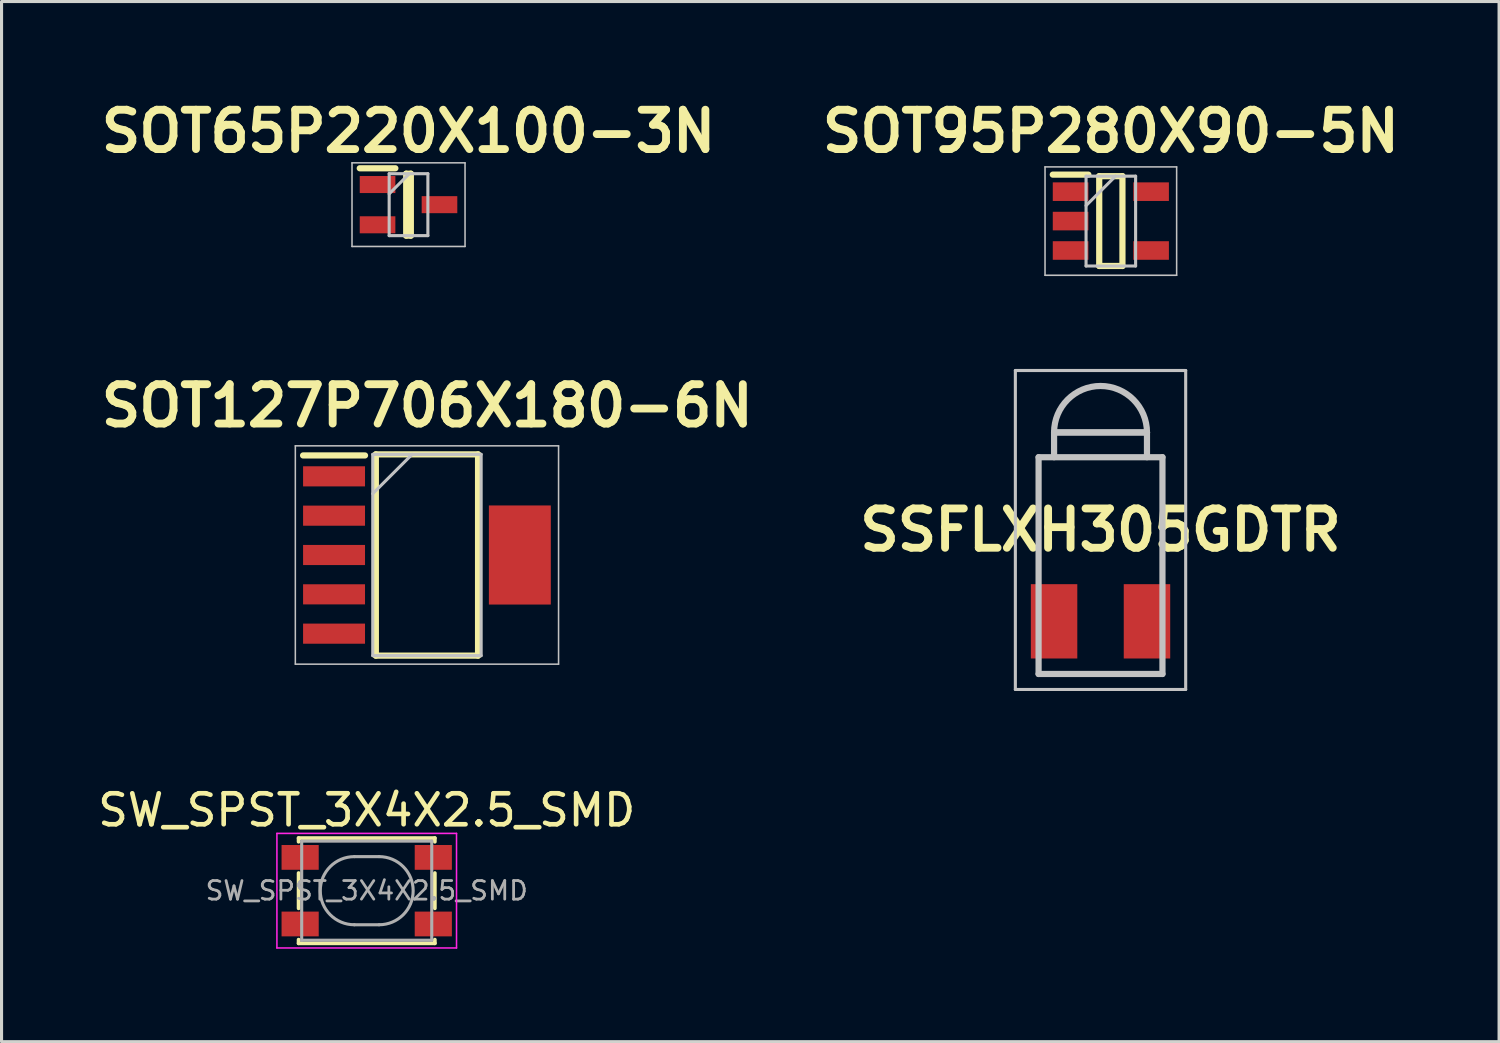
<source format=kicad_pcb>
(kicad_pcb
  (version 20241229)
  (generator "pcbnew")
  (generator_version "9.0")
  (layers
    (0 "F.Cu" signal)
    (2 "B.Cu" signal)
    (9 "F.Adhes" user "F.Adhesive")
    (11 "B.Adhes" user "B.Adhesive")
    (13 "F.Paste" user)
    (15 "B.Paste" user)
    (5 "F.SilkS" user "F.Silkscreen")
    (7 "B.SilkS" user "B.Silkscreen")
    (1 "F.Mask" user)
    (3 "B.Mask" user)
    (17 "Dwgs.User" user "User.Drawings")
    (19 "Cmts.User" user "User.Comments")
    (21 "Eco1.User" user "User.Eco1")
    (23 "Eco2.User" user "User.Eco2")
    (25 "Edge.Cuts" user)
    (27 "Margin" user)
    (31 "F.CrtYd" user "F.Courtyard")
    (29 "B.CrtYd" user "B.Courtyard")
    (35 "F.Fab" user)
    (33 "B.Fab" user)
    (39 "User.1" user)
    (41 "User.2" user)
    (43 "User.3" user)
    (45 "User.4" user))
  (footprint "SOT127P706X180-6N"
    (layer "F.Cu")
    (at 10.737 14.872)
    (property "Reference" "SOT127P706X180-6N" (at 0.01 -4.82 0) (layer "F.SilkS") (effects (font (size 1.27 1.27) (thickness 0.254))))
    (attr smd)
    (fp_line (start -4 -3.215) (end -2 -3.215) (stroke (width 0.2) (type solid)) (layer "F.SilkS"))
    (fp_line (start -1.65 -3.25) (end 1.65 -3.25) (stroke (width 0.2) (type solid)) (layer "F.SilkS"))
    (fp_line (start -1.65 3.25) (end -1.65 -3.25) (stroke (width 0.2) (type solid)) (layer "F.SilkS"))
    (fp_line (start 1.65 -3.25) (end 1.65 3.25) (stroke (width 0.2) (type solid)) (layer "F.SilkS"))
    (fp_line (start 1.65 3.25) (end -1.65 3.25) (stroke (width 0.2) (type solid)) (layer "F.SilkS"))
    (fp_line (start -4.25 -3.525) (end 4.25 -3.525) (stroke (width 0.05) (type solid)) (layer "Dwgs.User"))
    (fp_line (start -4.25 3.525) (end -4.25 -3.525) (stroke (width 0.05) (type solid)) (layer "Dwgs.User"))
    (fp_line (start -1.75 -3.25) (end 1.75 -3.25) (stroke (width 0.1) (type solid)) (layer "Dwgs.User"))
    (fp_line (start -1.75 -1.98) (end -0.48 -3.25) (stroke (width 0.1) (type solid)) (layer "Dwgs.User"))
    (fp_line (start -1.75 3.25) (end -1.75 -3.25) (stroke (width 0.1) (type solid)) (layer "Dwgs.User"))
    (fp_line (start 1.75 -3.25) (end 1.75 3.25) (stroke (width 0.1) (type solid)) (layer "Dwgs.User"))
    (fp_line (start 1.75 3.25) (end -1.75 3.25) (stroke (width 0.1) (type solid)) (layer "Dwgs.User"))
    (fp_line (start 4.25 -3.525) (end 4.25 3.525) (stroke (width 0.05) (type solid)) (layer "Dwgs.User"))
    (fp_line (start 4.25 3.525) (end -4.25 3.525) (stroke (width 0.05) (type solid)) (layer "Dwgs.User"))
    (pad "1" smd rect (at -3 -2.54 90) (size 0.65 2) (layers "F.Cu" "F.Mask" "F.Paste"))
    (pad "2" smd rect (at -3 -1.27 90) (size 0.65 2) (layers "F.Cu" "F.Mask" "F.Paste"))
    (pad "3" smd rect (at -3 0 90) (size 0.65 2) (layers "F.Cu" "F.Mask" "F.Paste"))
    (pad "4" smd rect (at -3 1.27 90) (size 0.65 2) (layers "F.Cu" "F.Mask" "F.Paste"))
    (pad "5" smd rect (at -3 2.54 90) (size 0.65 2) (layers "F.Cu" "F.Mask" "F.Paste"))
    (pad "6" smd rect (at 3 0) (size 2 3.2) (layers "F.Cu" "F.Mask" "F.Paste")))
  (footprint "SOT65P220X100-3N"
    (layer "F.Cu")
    (at 10.142 3.559)
    (property "Reference" "SOT65P220X100-3N" (at 0 -2.37 0) (layer "F.SilkS") (effects (font (size 1.27 1.27) (thickness 0.254))))
    (attr smd)
    (fp_line (start -1.575 -1.175) (end -0.425 -1.175) (stroke (width 0.2) (type solid)) (layer "F.SilkS"))
    (fp_line (start -0.075 -1) (end 0.075 -1) (stroke (width 0.2) (type solid)) (layer "F.SilkS"))
    (fp_line (start -0.075 1) (end -0.075 -1) (stroke (width 0.2) (type solid)) (layer "F.SilkS"))
    (fp_line (start 0.075 -1) (end 0.075 1) (stroke (width 0.2) (type solid)) (layer "F.SilkS"))
    (fp_line (start 0.075 1) (end -0.075 1) (stroke (width 0.2) (type solid)) (layer "F.SilkS"))
    (fp_line (start -1.825 -1.35) (end 1.825 -1.35) (stroke (width 0.05) (type solid)) (layer "Dwgs.User"))
    (fp_line (start -1.825 1.35) (end -1.825 -1.35) (stroke (width 0.05) (type solid)) (layer "Dwgs.User"))
    (fp_line (start -0.625 -1) (end 0.625 -1) (stroke (width 0.1) (type solid)) (layer "Dwgs.User"))
    (fp_line (start -0.625 -0.35) (end 0.025 -1) (stroke (width 0.1) (type solid)) (layer "Dwgs.User"))
    (fp_line (start -0.625 1) (end -0.625 -1) (stroke (width 0.1) (type solid)) (layer "Dwgs.User"))
    (fp_line (start 0.625 -1) (end 0.625 1) (stroke (width 0.1) (type solid)) (layer "Dwgs.User"))
    (fp_line (start 0.625 1) (end -0.625 1) (stroke (width 0.1) (type solid)) (layer "Dwgs.User"))
    (fp_line (start 1.825 -1.35) (end 1.825 1.35) (stroke (width 0.05) (type solid)) (layer "Dwgs.User"))
    (fp_line (start 1.825 1.35) (end -1.825 1.35) (stroke (width 0.05) (type solid)) (layer "Dwgs.User"))
    (pad "1" smd rect (at -1 -0.65 90) (size 0.55 1.15) (layers "F.Cu" "F.Mask" "F.Paste"))
    (pad "2" smd rect (at -1 0.65 90) (size 0.55 1.15) (layers "F.Cu" "F.Mask" "F.Paste"))
    (pad "3" smd rect (at 1 0 90) (size 0.55 1.15) (layers "F.Cu" "F.Mask" "F.Paste")))
  (footprint "SOT95P280X90-5N"
    (layer "F.Cu")
    (at 32.821 4.089)
    (property "Reference" "SOT95P280X90-5N" (at 0 -2.9 0) (layer "F.SilkS") (effects (font (size 1.27 1.27) (thickness 0.254))))
    (attr smd)
    (fp_line (start -1.875 -1.5) (end -0.725 -1.5) (stroke (width 0.2) (type solid)) (layer "F.SilkS"))
    (fp_line (start -0.375 -1.45) (end 0.375 -1.45) (stroke (width 0.2) (type solid)) (layer "F.SilkS"))
    (fp_line (start -0.375 1.45) (end -0.375 -1.45) (stroke (width 0.2) (type solid)) (layer "F.SilkS"))
    (fp_line (start 0.375 -1.45) (end 0.375 1.45) (stroke (width 0.2) (type solid)) (layer "F.SilkS"))
    (fp_line (start 0.375 1.45) (end -0.375 1.45) (stroke (width 0.2) (type solid)) (layer "F.SilkS"))
    (fp_line (start -2.125 -1.75) (end 2.125 -1.75) (stroke (width 0.05) (type solid)) (layer "Dwgs.User"))
    (fp_line (start -2.125 1.75) (end -2.125 -1.75) (stroke (width 0.05) (type solid)) (layer "Dwgs.User"))
    (fp_line (start -0.8 -1.45) (end 0.8 -1.45) (stroke (width 0.1) (type solid)) (layer "Dwgs.User"))
    (fp_line (start -0.8 -0.5) (end 0.15 -1.45) (stroke (width 0.1) (type solid)) (layer "Dwgs.User"))
    (fp_line (start -0.8 1.45) (end -0.8 -1.45) (stroke (width 0.1) (type solid)) (layer "Dwgs.User"))
    (fp_line (start 0.8 -1.45) (end 0.8 1.45) (stroke (width 0.1) (type solid)) (layer "Dwgs.User"))
    (fp_line (start 0.8 1.45) (end -0.8 1.45) (stroke (width 0.1) (type solid)) (layer "Dwgs.User"))
    (fp_line (start 2.125 -1.75) (end 2.125 1.75) (stroke (width 0.05) (type solid)) (layer "Dwgs.User"))
    (fp_line (start 2.125 1.75) (end -2.125 1.75) (stroke (width 0.05) (type solid)) (layer "Dwgs.User"))
    (pad "1" smd rect (at -1.3 -0.95 90) (size 0.6 1.15) (layers "F.Cu" "F.Mask" "F.Paste"))
    (pad "2" smd rect (at -1.3 0 90) (size 0.6 1.15) (layers "F.Cu" "F.Mask" "F.Paste"))
    (pad "3" smd rect (at -1.3 0.95 90) (size 0.6 1.15) (layers "F.Cu" "F.Mask" "F.Paste"))
    (pad "4" smd rect (at 1.3 0.95 90) (size 0.6 1.15) (layers "F.Cu" "F.Mask" "F.Paste"))
    (pad "5" smd rect (at 1.3 -0.95 90) (size 0.6 1.15) (layers "F.Cu" "F.Mask" "F.Paste")))
  (footprint "SW_SPST_3X4X2.5_SMD"
    (layer "F.Cu")
    (at 8.792 25.712)
    (property "Reference" "SW_SPST_3X4X2.5_SMD" (at 0 -2.6 0) (layer "F.SilkS") (effects (font (size 1 1) (thickness 0.15))))
    (attr smd)
    (fp_line (start -2.2 -1.7) (end -2.2 -1.58) (stroke (width 0.12) (type solid)) (layer "F.SilkS"))
    (fp_line (start -2.2 -0.57) (end -2.2 0.57) (stroke (width 0.12) (type solid)) (layer "F.SilkS"))
    (fp_line (start -2.2 1.58) (end -2.2 1.7) (stroke (width 0.12) (type solid)) (layer "F.SilkS"))
    (fp_line (start -2.2 1.7) (end 2.2 1.7) (stroke (width 0.12) (type solid)) (layer "F.SilkS"))
    (fp_line (start 2.2 -1.7) (end -2.2 -1.7) (stroke (width 0.12) (type solid)) (layer "F.SilkS"))
    (fp_line (start 2.2 -1.58) (end 2.2 -1.7) (stroke (width 0.12) (type solid)) (layer "F.SilkS"))
    (fp_line (start 2.2 0.57) (end 2.2 -0.57) (stroke (width 0.12) (type solid)) (layer "F.SilkS"))
    (fp_line (start 2.2 1.7) (end 2.2 1.58) (stroke (width 0.12) (type solid)) (layer "F.SilkS"))
    (fp_line (start -2.9 -1.85) (end 2.9 -1.85) (stroke (width 0.05) (type solid)) (layer "F.CrtYd"))
    (fp_line (start -2.9 1.85) (end -2.9 -1.85) (stroke (width 0.05) (type solid)) (layer "F.CrtYd"))
    (fp_line (start 2.9 -1.85) (end 2.9 1.85) (stroke (width 0.05) (type solid)) (layer "F.CrtYd"))
    (fp_line (start 2.9 1.85) (end -2.9 1.85) (stroke (width 0.05) (type solid)) (layer "F.CrtYd"))
    (fp_line (start -2.1 -1.6) (end -2.1 1.6) (stroke (width 0.1) (type solid)) (layer "F.Fab"))
    (fp_line (start -2.1 1.6) (end 2.1 1.6) (stroke (width 0.1) (type solid)) (layer "F.Fab"))
    (fp_line (start -0.4 -1.1) (end 0.4 -1.1) (stroke (width 0.1) (type solid)) (layer "F.Fab"))
    (fp_line (start 0.4 1.1) (end -0.4 1.1) (stroke (width 0.1) (type solid)) (layer "F.Fab"))
    (fp_line (start 2.1 -1.6) (end -2.1 -1.6) (stroke (width 0.1) (type solid)) (layer "F.Fab"))
    (fp_line (start 2.1 1.6) (end 2.1 -1.6) (stroke (width 0.1) (type solid)) (layer "F.Fab"))
    (fp_arc (start -0.4 1.1) (mid -1.5 0) (end -0.4 -1.1) (stroke (width 0.1) (type solid)) (layer "F.Fab"))
    (fp_arc (start 0.4 -1.1) (mid 1.5 0) (end 0.4 1.1) (stroke (width 0.1) (type solid)) (layer "F.Fab"))
    (fp_text user "${REFERENCE}" (at 0 0 0) (layer "F.Fab") (effects (font (size 0.6 0.6) (thickness 0.09))))
    (pad "1" smd rect (at -2.15 -1.075) (size 1.2 0.8) (layers "F.Cu" "F.Mask" "F.Paste"))
    (pad "1" smd rect (at 2.15 -1.075) (size 1.2 0.8) (layers "F.Cu" "F.Mask" "F.Paste"))
    (pad "2" smd rect (at -2.15 1.075) (size 1.2 0.8) (layers "F.Cu" "F.Mask" "F.Paste"))
    (pad "2" smd rect (at 2.15 1.075) (size 1.2 0.8) (layers "F.Cu" "F.Mask" "F.Paste")))
  (footprint "SSFLXH305GDTR"
    (layer "F.Cu")
    (at 32.488 14.064)
    (property "Reference" "SSFLXH305GDTR" (at 0 0 0) (layer "F.SilkS") (effects (font (size 1.27 1.27) (thickness 0.254))))
    (attr smd)
    (fp_line (start -2 -2.35) (end 2 -2.35) (stroke (width 0.1) (type solid)) (layer "F.SilkS"))
    (fp_line (start -2 1.15) (end -2 -2.35) (stroke (width 0.1) (type solid)) (layer "F.SilkS"))
    (fp_line (start -0.5 4.65) (end 0.5 4.65) (stroke (width 0.1) (type solid)) (layer "F.SilkS"))
    (fp_line (start 2 -2.35) (end 2 1.15) (stroke (width 0.1) (type solid)) (layer "F.SilkS"))
    (fp_line (start -2.75 -5.15) (end 2.75 -5.15) (stroke (width 0.1) (type solid)) (layer "Dwgs.User"))
    (fp_line (start -2.75 5.15) (end -2.75 -5.15) (stroke (width 0.1) (type solid)) (layer "Dwgs.User"))
    (fp_line (start -2 -2.35) (end 2 -2.35) (stroke (width 0.2) (type solid)) (layer "Dwgs.User"))
    (fp_line (start -2 4.65) (end -2 -2.35) (stroke (width 0.2) (type solid)) (layer "Dwgs.User"))
    (fp_line (start -1.5 -3.15) (end -1.5 -2.35) (stroke (width 0.2) (type solid)) (layer "Dwgs.User"))
    (fp_line (start -1.5 -3.15) (end 1.5 -3.15) (stroke (width 0.2) (type solid)) (layer "Dwgs.User"))
    (fp_line (start -1.5 -3.15) (end 1.5 -3.15) (stroke (width 0.2) (type solid)) (layer "Dwgs.User"))
    (fp_line (start 1.5 -3.15) (end 1.5 -3.15) (stroke (width 0.2) (type solid)) (layer "Dwgs.User"))
    (fp_line (start 1.5 -3.15) (end 1.5 -2.35) (stroke (width 0.2) (type solid)) (layer "Dwgs.User"))
    (fp_line (start 2 -2.35) (end 2 4.65) (stroke (width 0.2) (type solid)) (layer "Dwgs.User"))
    (fp_line (start 2 4.65) (end -2 4.65) (stroke (width 0.2) (type solid)) (layer "Dwgs.User"))
    (fp_line (start 2.75 -5.15) (end 2.75 5.15) (stroke (width 0.1) (type solid)) (layer "Dwgs.User"))
    (fp_line (start 2.75 5.15) (end -2.75 5.15) (stroke (width 0.1) (type solid)) (layer "Dwgs.User"))
    (fp_arc (start -1.5 -3.15) (mid 0 -4.65) (end 1.5 -3.15) (stroke (width 0.2) (type solid)) (layer "Dwgs.User"))
    (pad "1" smd rect (at -1.5 2.95) (size 1.5 2.4) (layers "F.Cu" "F.Mask" "F.Paste"))
    (pad "2" smd rect (at 1.5 2.95) (size 1.5 2.4) (layers "F.Cu" "F.Mask" "F.Paste")))
  (gr_rect
    (start -3 -3)
    (end 45.358 30.587)
    (stroke (width 0.1) (type default))
    (fill no)
    (layer "Edge.Cuts")))
</source>
